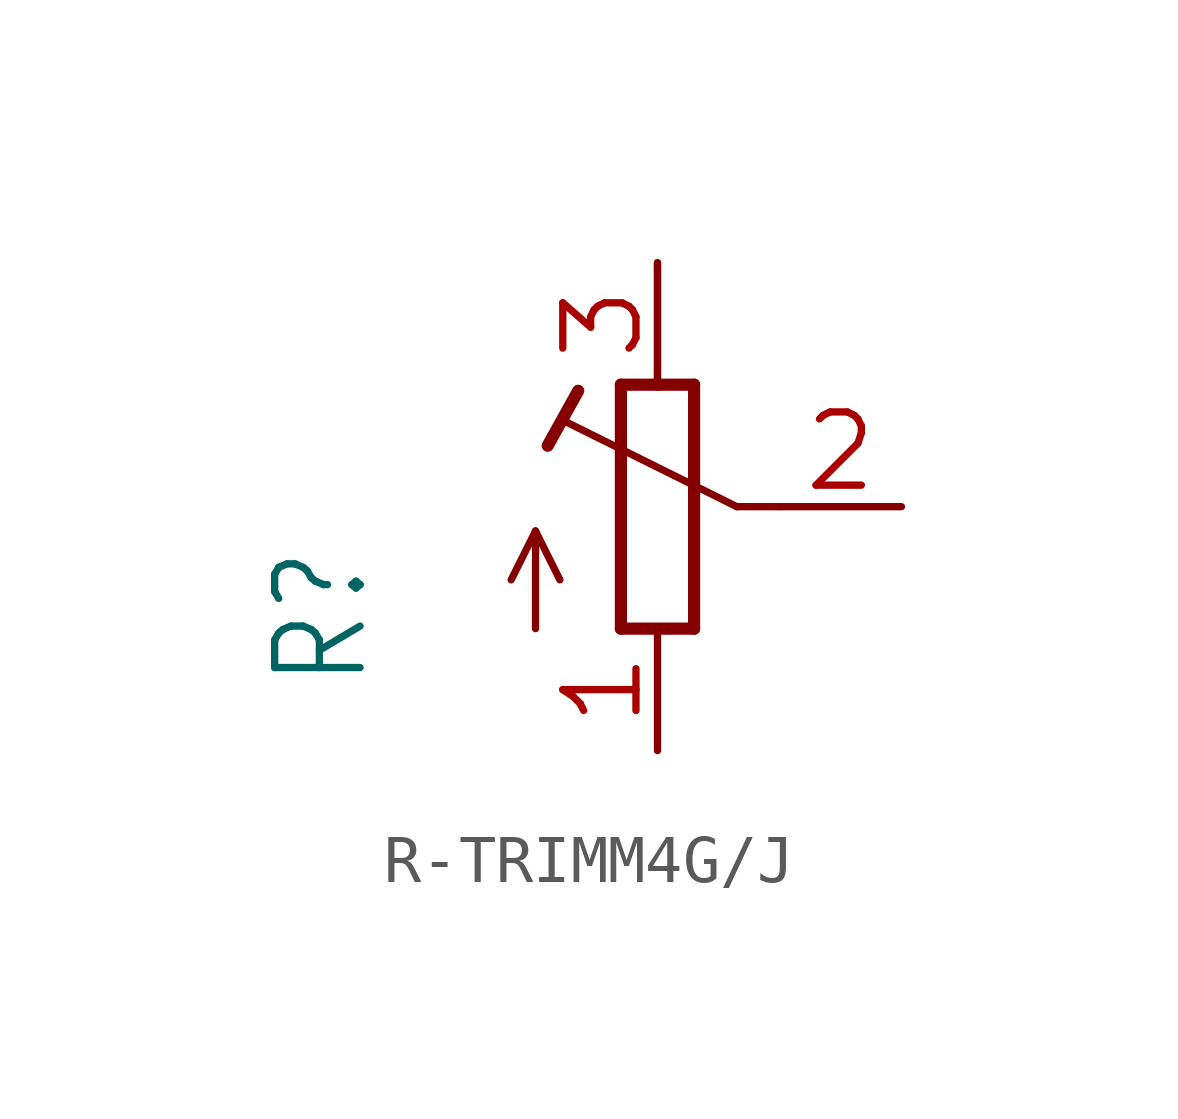
<source format=kicad_sym>
(kicad_symbol_lib
  (version 20241209)
  (generator "kicad_symbol_editor")
  (generator_version "9.0")
  (symbol "R-TRIMM4G/J"
    (property "Reference" "R"
      (at -5.969 -3.81 90)
      (effects (font (size 1.778 1.511)) (justify left bottom)))
    (property "Value" ""
      (at -3.81 -3.81 90)
      (effects (font (size 1.778 1.511)) (justify left bottom)))
    (property "ki_locked" ""
      (at 0 0 0)
      (effects (font (size 1.27 1.27))))
    (symbol "R-TRIMM4G/J_1_0"
      (polyline (pts (xy -2.54 -0.508) (xy -3.048 -1.524)) (stroke (width 0.152) (type solid)) (fill (type none)))
      (polyline (pts (xy -2.54 -0.508) (xy -2.032 -1.524)) (stroke (width 0.152) (type solid)) (fill (type none)))
      (polyline (pts (xy -2.54 -2.54) (xy -2.54 -0.508)) (stroke (width 0.152) (type solid)) (fill (type none)))
      (polyline (pts (xy -2.286 1.27) (xy -1.651 2.413)) (stroke (width 0.254) (type solid)) (fill (type none)))
      (polyline (pts (xy -0.762 2.54) (xy -0.762 -2.54)) (stroke (width 0.254) (type solid)) (fill (type none)))
      (polyline (pts (xy -0.762 -2.54) (xy 0.762 -2.54)) (stroke (width 0.254) (type solid)) (fill (type none)))
      (polyline (pts (xy 0 2.54) (xy -0.762 2.54)) (stroke (width 0.254) (type solid)) (fill (type none)))
      (polyline (pts (xy 0 2.54) (xy 0 5.08)) (stroke (width 0.152) (type solid)) (fill (type none)))
      (polyline (pts (xy 0.762 2.54) (xy 0 2.54)) (stroke (width 0.254) (type solid)) (fill (type none)))
      (polyline (pts (xy 0.762 -2.54) (xy 0.762 2.54)) (stroke (width 0.254) (type solid)) (fill (type none)))
      (polyline (pts (xy 1.651 0) (xy -1.88 1.753)) (stroke (width 0.152) (type solid)) (fill (type none)))
      (polyline (pts (xy 2.54 0) (xy 1.651 0)) (stroke (width 0.152) (type solid)) (fill (type none)))
      (pin passive line (at 0 5.08 270) (length 2.54) (name "E" (effects (font (size 0 0)))) (number "3" (effects (font (size 1.524 1.524)))))
      (pin passive line (at 0 -5.08 90) (length 2.54) (name "A" (effects (font (size 0 0)))) (number "1" (effects (font (size 1.524 1.524)))))
      (pin passive line (at 5.08 0 180) (length 2.54) (name "S" (effects (font (size 0 0)))) (number "2" (effects (font (size 1.524 1.524))))))))
</source>
